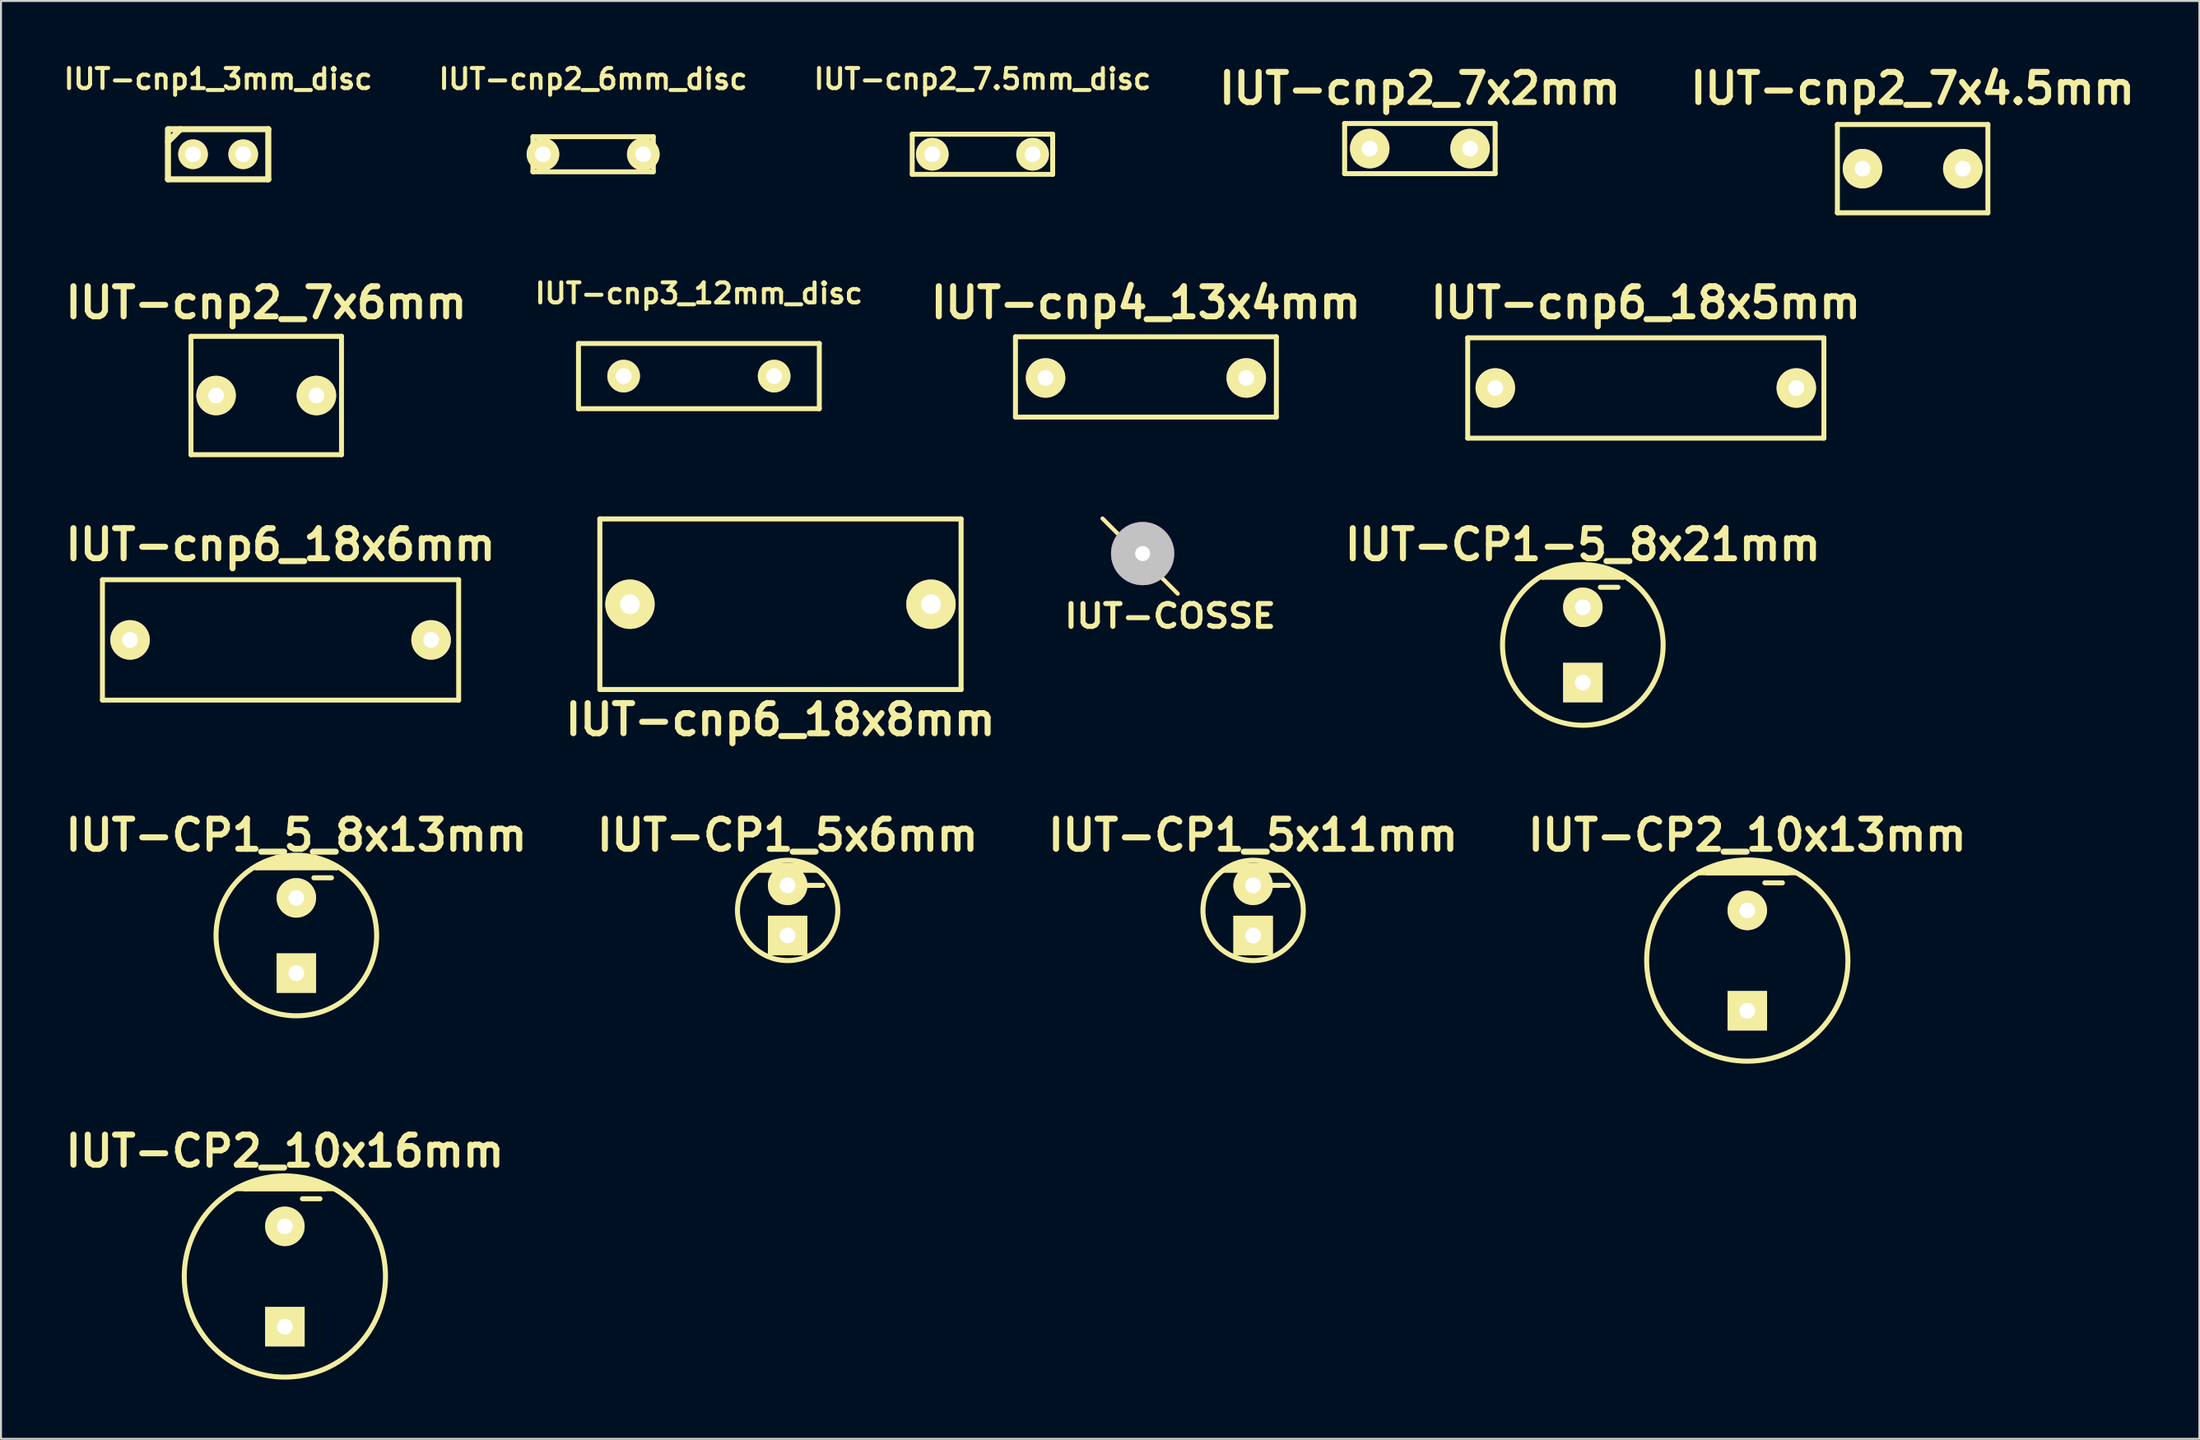
<source format=kicad_pcb>
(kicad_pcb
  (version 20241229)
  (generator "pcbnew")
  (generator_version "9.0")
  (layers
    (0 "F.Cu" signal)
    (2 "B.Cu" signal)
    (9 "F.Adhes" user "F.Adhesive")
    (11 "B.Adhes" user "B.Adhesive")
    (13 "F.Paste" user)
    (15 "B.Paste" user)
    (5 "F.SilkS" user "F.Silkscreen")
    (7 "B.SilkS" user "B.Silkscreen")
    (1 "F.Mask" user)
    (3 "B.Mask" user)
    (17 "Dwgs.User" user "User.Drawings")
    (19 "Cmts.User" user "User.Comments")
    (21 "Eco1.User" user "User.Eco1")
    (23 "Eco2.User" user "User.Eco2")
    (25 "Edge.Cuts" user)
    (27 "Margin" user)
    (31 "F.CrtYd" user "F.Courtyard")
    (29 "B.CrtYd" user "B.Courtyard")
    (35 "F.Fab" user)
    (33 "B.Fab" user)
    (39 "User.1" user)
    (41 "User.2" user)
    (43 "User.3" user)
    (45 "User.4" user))
  (footprint "IUT-cnp2_7.5mm_disc"
    (layer "F.Cu")
    (at 46.688 4.761)
    (property "Reference" "IUT-cnp2_7.5mm_disc" (at 0 -3.81 0) (layer "F.SilkS") (effects (font (size 1.016 1.016) (thickness 0.203))))
    (attr through_hole)
    (fp_line (start -3.556 -1.016) (end -3.556 1.016) (stroke (width 0.249) (type solid)) (layer "F.SilkS"))
    (fp_line (start -3.556 1.016) (end 3.556 1.016) (stroke (width 0.249) (type solid)) (layer "F.SilkS"))
    (fp_line (start 3.556 -1.016) (end -3.556 -1.016) (stroke (width 0.249) (type solid)) (layer "F.SilkS"))
    (fp_line (start 3.556 1.016) (end 3.556 -1.016) (stroke (width 0.249) (type solid)) (layer "F.SilkS"))
    (pad "1" thru_hole circle (at -2.54 0) (size 1.651 1.651) (drill 0.8) (layers "*.Mask" "B.Cu" "F.SilkS"))
    (pad "2" thru_hole circle (at 2.54 0) (size 1.651 1.651) (drill 0.8) (layers "*.Mask" "B.Cu" "F.SilkS")))
  (footprint "IUT-cnp2_7x4.5mm"
    (layer "F.Cu")
    (at 93.781 5.49)
    (property "Reference" "IUT-cnp2_7x4.5mm" (at 0 -4.064 0) (layer "F.SilkS") (effects (font (size 1.524 1.524) (thickness 0.305))))
    (attr through_hole)
    (fp_line (start -3.81 -2.235) (end 3.81 -2.235) (stroke (width 0.254) (type solid)) (layer "F.SilkS"))
    (fp_line (start -3.81 2.235) (end -3.81 -2.235) (stroke (width 0.249) (type solid)) (layer "F.SilkS"))
    (fp_line (start 3.81 2.235) (end -3.81 2.235) (stroke (width 0.254) (type solid)) (layer "F.SilkS"))
    (fp_line (start 3.81 2.235) (end 3.81 -2.235) (stroke (width 0.249) (type solid)) (layer "F.SilkS"))
    (pad "1" thru_hole circle (at -2.54 0) (size 1.999 1.999) (drill 0.8) (layers "*.Mask" "B.Cu" "F.SilkS"))
    (pad "2" thru_hole circle (at 2.54 0) (size 1.999 1.999) (drill 0.8) (layers "*.Mask" "B.Cu" "F.SilkS")))
  (footprint "IUT-cnp2_7x2mm"
    (layer "F.Cu")
    (at 68.835 4.474)
    (property "Reference" "IUT-cnp2_7x2mm" (at 0 -3.048 0) (layer "F.SilkS") (effects (font (size 1.524 1.524) (thickness 0.305))))
    (attr through_hole)
    (fp_line (start -3.81 -1.27) (end 3.81 -1.27) (stroke (width 0.254) (type solid)) (layer "F.SilkS"))
    (fp_line (start -3.81 1.27) (end -3.81 -1.27) (stroke (width 0.254) (type solid)) (layer "F.SilkS"))
    (fp_line (start 3.81 -1.27) (end 3.81 1.27) (stroke (width 0.254) (type solid)) (layer "F.SilkS"))
    (fp_line (start 3.81 1.27) (end -3.81 1.27) (stroke (width 0.254) (type solid)) (layer "F.SilkS"))
    (pad "1" thru_hole circle (at -2.54 0) (size 1.999 1.999) (drill 0.8) (layers "*.Mask" "B.Cu" "F.SilkS"))
    (pad "2" thru_hole circle (at 2.54 0) (size 1.999 1.999) (drill 0.8) (layers "*.Mask" "B.Cu" "F.SilkS")))
  (footprint "IUT-CP1_5_8x13mm"
    (layer "F.Cu")
    (at 11.953 44.322)
    (property "Reference" "IUT-CP1_5_8x13mm" (at 0 -5.08 0) (layer "F.SilkS") (effects (font (size 1.524 1.524) (thickness 0.305))))
    (attr through_hole)
    (fp_line (start -2.032 -3.429) (end -1.651 -3.556) (stroke (width 0.254) (type solid)) (layer "F.SilkS"))
    (fp_line (start -1.651 -3.556) (end 1.651 -3.556) (stroke (width 0.254) (type solid)) (layer "F.SilkS"))
    (fp_line (start -1.524 -3.683) (end 1.524 -3.683) (stroke (width 0.254) (type solid)) (layer "F.SilkS"))
    (fp_line (start -1.016 -3.81) (end 1.016 -3.81) (stroke (width 0.254) (type solid)) (layer "F.SilkS"))
    (fp_line (start 0.889 -2.921) (end 1.778 -2.921) (stroke (width 0.254) (type solid)) (layer "F.SilkS"))
    (fp_line (start 1.016 -3.937) (end -1.016 -3.937) (stroke (width 0.254) (type solid)) (layer "F.SilkS"))
    (fp_line (start 1.651 -3.556) (end 2.032 -3.429) (stroke (width 0.254) (type solid)) (layer "F.SilkS"))
    (fp_line (start 2.032 -3.429) (end -2.032 -3.429) (stroke (width 0.254) (type solid)) (layer "F.SilkS"))
    (fp_circle (center 0 0) (end -4.064 0.127) (stroke (width 0.254) (type solid)) (fill no) (layer "F.SilkS"))
    (pad "1" thru_hole rect (at 0 1.905) (size 1.999 1.999) (drill 0.8) (layers "*.Mask" "B.Cu" "F.SilkS"))
    (pad "2" thru_hole circle (at 0 -1.905) (size 1.999 1.999) (drill 0.8) (layers "*.Mask" "B.Cu" "F.SilkS")))
  (footprint "IUT-cnp6_18x8mm"
    (layer "F.Cu")
    (at 36.463 27.547)
    (property "Reference" "IUT-cnp6_18x8mm" (at 0 5.842 0) (layer "F.SilkS") (effects (font (size 1.524 1.524) (thickness 0.305))))
    (attr through_hole)
    (fp_line (start -9.144 -4.318) (end 9.144 -4.318) (stroke (width 0.254) (type solid)) (layer "F.SilkS"))
    (fp_line (start -9.144 4.318) (end -9.144 -4.318) (stroke (width 0.254) (type solid)) (layer "F.SilkS"))
    (fp_line (start 9.144 -4.318) (end 9.144 4.318) (stroke (width 0.254) (type solid)) (layer "F.SilkS"))
    (fp_line (start 9.144 4.318) (end -9.144 4.318) (stroke (width 0.254) (type solid)) (layer "F.SilkS"))
    (pad "1" thru_hole circle (at 7.62 0) (size 2.499 2.499) (drill 1.001) (layers "*.Mask" "B.Cu" "F.SilkS"))
    (pad "2" thru_hole circle (at -7.62 0) (size 2.499 2.499) (drill 1.001) (layers "*.Mask" "B.Cu" "F.SilkS")))
  (footprint "IUT-cnp6_18x6mm"
    (layer "F.Cu")
    (at 11.154 29.355)
    (property "Reference" "IUT-cnp6_18x6mm" (at 0 -4.826 0) (layer "F.SilkS") (effects (font (size 1.524 1.524) (thickness 0.305))))
    (attr through_hole)
    (fp_line (start -9.017 -3.048) (end -9.017 3.048) (stroke (width 0.249) (type solid)) (layer "F.SilkS"))
    (fp_line (start -9.017 3.048) (end 9.017 3.048) (stroke (width 0.249) (type solid)) (layer "F.SilkS"))
    (fp_line (start 9.017 -3.048) (end -9.017 -3.048) (stroke (width 0.249) (type solid)) (layer "F.SilkS"))
    (fp_line (start 9.017 -3.048) (end 9.017 3.048) (stroke (width 0.249) (type solid)) (layer "F.SilkS"))
    (pad "1" thru_hole circle (at -7.62 0) (size 1.999 1.999) (drill 0.8) (layers "*.Mask" "B.Cu" "F.SilkS"))
    (pad "2" thru_hole circle (at 7.62 0) (size 1.999 1.999) (drill 0.8) (layers "*.Mask" "B.Cu" "F.SilkS")))
  (footprint "IUT-cnp1_3mm_disc"
    (layer "F.Cu")
    (at 7.993 4.761)
    (property "Reference" "IUT-cnp1_3mm_disc" (at 0 -3.81 0) (layer "F.SilkS") (effects (font (size 1.016 1.016) (thickness 0.203))))
    (attr through_hole)
    (fp_line (start -2.54 -0.635) (end -1.905 -1.27) (stroke (width 0.305) (type solid)) (layer "F.SilkS"))
    (fp_line (start -2.54 1.27) (end -2.54 -1.27) (stroke (width 0.305) (type solid)) (layer "F.SilkS"))
    (fp_line (start -2.489 -1.27) (end 2.54 -1.27) (stroke (width 0.305) (type solid)) (layer "F.SilkS"))
    (fp_line (start 2.54 -1.27) (end 2.54 1.27) (stroke (width 0.305) (type solid)) (layer "F.SilkS"))
    (fp_line (start 2.54 1.27) (end -2.54 1.27) (stroke (width 0.305) (type solid)) (layer "F.SilkS"))
    (pad "1" thru_hole circle (at -1.27 0) (size 1.501 1.501) (drill 0.8) (layers "*.Mask" "B.Cu" "F.SilkS"))
    (pad "2" thru_hole circle (at 1.27 0) (size 1.501 1.501) (drill 0.8) (layers "*.Mask" "B.Cu" "F.SilkS")))
  (footprint "IUT-CP1_5x11mm"
    (layer "F.Cu")
    (at 60.392 43.052)
    (property "Reference" "IUT-CP1_5x11mm" (at 0 -3.81 0) (layer "F.SilkS") (effects (font (size 1.524 1.524) (thickness 0.305))))
    (attr through_hole)
    (fp_line (start -1.524 -2.032) (end 1.524 -2.032) (stroke (width 0.254) (type solid)) (layer "F.SilkS"))
    (fp_line (start -1.016 -2.286) (end -1.016 -2.159) (stroke (width 0.254) (type solid)) (layer "F.SilkS"))
    (fp_line (start -1.016 -2.159) (end 1.016 -2.159) (stroke (width 0.254) (type solid)) (layer "F.SilkS"))
    (fp_line (start 0.889 -1.27) (end 1.778 -1.27) (stroke (width 0.254) (type solid)) (layer "F.SilkS"))
    (fp_line (start 1.016 -2.286) (end -1.016 -2.286) (stroke (width 0.254) (type solid)) (layer "F.SilkS"))
    (fp_circle (center 0 0) (end -2.54 0) (stroke (width 0.254) (type solid)) (fill no) (layer "F.SilkS"))
    (pad "1" thru_hole rect (at 0 1.27) (size 1.999 1.999) (drill 0.8) (layers "*.Mask" "B.Cu" "F.SilkS"))
    (pad "2" thru_hole circle (at 0 -1.27) (size 1.999 1.999) (drill 0.8) (layers "*.Mask" "B.Cu" "F.SilkS")))
  (footprint "IUT-cnp3_12mm_disc"
    (layer "F.Cu")
    (at 32.333 15.995)
    (property "Reference" "IUT-cnp3_12mm_disc" (at 0 -4.191 0) (layer "F.SilkS") (effects (font (size 1.016 1.016) (thickness 0.203))))
    (attr through_hole)
    (fp_line (start -6.096 -1.651) (end -6.096 1.651) (stroke (width 0.249) (type solid)) (layer "F.SilkS"))
    (fp_line (start -6.096 1.651) (end 6.096 1.651) (stroke (width 0.249) (type solid)) (layer "F.SilkS"))
    (fp_line (start 6.096 -1.651) (end -6.096 -1.651) (stroke (width 0.249) (type solid)) (layer "F.SilkS"))
    (fp_line (start 6.096 1.651) (end 6.096 -1.651) (stroke (width 0.249) (type solid)) (layer "F.SilkS"))
    (pad "1" thru_hole circle (at -3.81 0) (size 1.651 1.651) (drill 0.8) (layers "*.Mask" "B.Cu" "F.SilkS"))
    (pad "2" thru_hole circle (at 3.81 0) (size 1.651 1.651) (drill 0.8) (layers "*.Mask" "B.Cu" "F.SilkS")))
  (footprint "IUT-CP1-5_8x21mm"
    (layer "F.Cu")
    (at 77.084 29.609)
    (property "Reference" "IUT-CP1-5_8x21mm" (at 0 -5.08 0) (layer "F.SilkS") (effects (font (size 1.524 1.524) (thickness 0.305))))
    (attr through_hole)
    (fp_line (start -2.032 -3.429) (end -1.651 -3.556) (stroke (width 0.254) (type solid)) (layer "F.SilkS"))
    (fp_line (start -1.651 -3.556) (end 1.651 -3.556) (stroke (width 0.254) (type solid)) (layer "F.SilkS"))
    (fp_line (start -1.524 -3.683) (end 1.524 -3.683) (stroke (width 0.254) (type solid)) (layer "F.SilkS"))
    (fp_line (start -1.016 -3.81) (end 1.016 -3.81) (stroke (width 0.254) (type solid)) (layer "F.SilkS"))
    (fp_line (start 0.889 -2.921) (end 1.778 -2.921) (stroke (width 0.254) (type solid)) (layer "F.SilkS"))
    (fp_line (start 1.016 -3.937) (end -1.016 -3.937) (stroke (width 0.254) (type solid)) (layer "F.SilkS"))
    (fp_line (start 1.651 -3.556) (end 2.032 -3.429) (stroke (width 0.254) (type solid)) (layer "F.SilkS"))
    (fp_line (start 2.032 -3.429) (end -2.032 -3.429) (stroke (width 0.254) (type solid)) (layer "F.SilkS"))
    (fp_circle (center 0 0) (end -4.064 0.127) (stroke (width 0.254) (type solid)) (fill no) (layer "F.SilkS"))
    (pad "1" thru_hole rect (at 0 1.905) (size 1.999 1.999) (drill 0.8) (layers "*.Mask" "B.Cu" "F.SilkS"))
    (pad "2" thru_hole circle (at 0 -1.905) (size 1.999 1.999) (drill 0.8) (layers "*.Mask" "B.Cu" "F.SilkS")))
  (footprint "IUT-CP1_5x6mm"
    (layer "F.Cu")
    (at 36.826 43.052)
    (property "Reference" "IUT-CP1_5x6mm" (at 0 -3.81 0) (layer "F.SilkS") (effects (font (size 1.524 1.524) (thickness 0.305))))
    (attr through_hole)
    (fp_line (start -1.524 -2.032) (end 1.524 -2.032) (stroke (width 0.254) (type solid)) (layer "F.SilkS"))
    (fp_line (start -1.016 -2.286) (end -1.016 -2.159) (stroke (width 0.254) (type solid)) (layer "F.SilkS"))
    (fp_line (start -1.016 -2.159) (end 1.016 -2.159) (stroke (width 0.254) (type solid)) (layer "F.SilkS"))
    (fp_line (start 0.889 -1.27) (end 1.778 -1.27) (stroke (width 0.254) (type solid)) (layer "F.SilkS"))
    (fp_line (start 1.016 -2.286) (end -1.016 -2.286) (stroke (width 0.254) (type solid)) (layer "F.SilkS"))
    (fp_circle (center 0 0) (end -2.54 0) (stroke (width 0.254) (type solid)) (fill no) (layer "F.SilkS"))
    (pad "1" thru_hole rect (at 0 1.27) (size 1.999 1.999) (drill 0.8) (layers "*.Mask" "B.Cu" "F.SilkS"))
    (pad "2" thru_hole circle (at 0 -1.27) (size 1.999 1.999) (drill 0.8) (layers "*.Mask" "B.Cu" "F.SilkS")))
  (footprint "IUT-cnp2_7x6mm"
    (layer "F.Cu")
    (at 10.429 16.978)
    (property "Reference" "IUT-cnp2_7x6mm" (at 0 -4.699 0) (layer "F.SilkS") (effects (font (size 1.524 1.524) (thickness 0.305))))
    (attr through_hole)
    (fp_line (start -3.81 -2.997) (end 3.81 -2.997) (stroke (width 0.254) (type solid)) (layer "F.SilkS"))
    (fp_line (start -3.81 2.997) (end -3.81 -2.997) (stroke (width 0.249) (type solid)) (layer "F.SilkS"))
    (fp_line (start 3.81 -2.997) (end 3.81 2.997) (stroke (width 0.249) (type solid)) (layer "F.SilkS"))
    (fp_line (start 3.81 2.997) (end -3.81 2.997) (stroke (width 0.254) (type solid)) (layer "F.SilkS"))
    (pad "1" thru_hole circle (at -2.54 0) (size 1.999 1.999) (drill 0.8) (layers "*.Mask" "B.Cu" "F.SilkS"))
    (pad "2" thru_hole circle (at 2.54 0) (size 1.999 1.999) (drill 0.8) (layers "*.Mask" "B.Cu" "F.SilkS")))
  (footprint "IUT-COSSE"
    (layer "F.Cu")
    (at 54.798 24.982)
    (property "Reference" "IUT-COSSE" (at 1.395 3.165 0) (layer "F.SilkS") (effects (font (size 1.156 1.27) (thickness 0.254))))
    (attr through_hole)
    (fp_line (start 1.778 2.032) (end -2.032 -1.778) (stroke (width 0.203) (type solid)) (layer "F.SilkS"))
    (fp_line (start 1.778 2.032) (end -2.032 -1.778) (stroke (width 0.203) (type solid)) (layer "F.Adhes"))
    (pad "1" thru_hole circle (at 0 0) (size 3.2 3.2) (drill 0.762) (layers "*.Cu" "*.Adhes" "*.Mask" "Dwgs.User" "Eco1.User" "Eco2.User")))
  (footprint "IUT-cnp4_13x4mm"
    (layer "F.Cu")
    (at 54.964 16.089)
    (property "Reference" "IUT-cnp4_13x4mm" (at 0 -3.81 0) (layer "F.SilkS") (effects (font (size 1.524 1.524) (thickness 0.305))))
    (attr through_hole)
    (fp_line (start -6.604 -2.083) (end -6.604 1.981) (stroke (width 0.249) (type solid)) (layer "F.SilkS"))
    (fp_line (start -6.604 -2.083) (end 6.604 -2.083) (stroke (width 0.249) (type solid)) (layer "F.SilkS"))
    (fp_line (start 6.604 1.981) (end -6.604 1.981) (stroke (width 0.249) (type solid)) (layer "F.SilkS"))
    (fp_line (start 6.604 1.981) (end 6.604 -2.083) (stroke (width 0.249) (type solid)) (layer "F.SilkS"))
    (pad "1" thru_hole circle (at -5.08 0) (size 1.999 1.999) (drill 0.8) (layers "*.Mask" "B.Cu" "F.SilkS"))
    (pad "2" thru_hole circle (at 5.08 0) (size 1.999 1.999) (drill 0.8) (layers "*.Mask" "B.Cu" "F.SilkS")))
  (footprint "IUT-cnp2_6mm_disc"
    (layer "F.Cu")
    (at 26.978 4.761)
    (property "Reference" "IUT-cnp2_6mm_disc" (at 0 -3.81 0) (layer "F.SilkS") (effects (font (size 1.016 1.016) (thickness 0.203))))
    (attr through_hole)
    (fp_line (start -3.048 -0.889) (end -3.048 0.889) (stroke (width 0.249) (type solid)) (layer "F.SilkS"))
    (fp_line (start -3.048 0.889) (end 3.048 0.889) (stroke (width 0.249) (type solid)) (layer "F.SilkS"))
    (fp_line (start 3.048 -0.889) (end -3.048 -0.889) (stroke (width 0.249) (type solid)) (layer "F.SilkS"))
    (fp_line (start 3.048 0.889) (end 3.048 -0.889) (stroke (width 0.249) (type solid)) (layer "F.SilkS"))
    (pad "1" thru_hole circle (at -2.54 0) (size 1.651 1.651) (drill 0.8) (layers "*.Mask" "B.Cu" "F.SilkS"))
    (pad "2" thru_hole circle (at 2.54 0) (size 1.651 1.651) (drill 0.8) (layers "*.Mask" "B.Cu" "F.SilkS")))
  (footprint "IUT-cnp6_18x5mm"
    (layer "F.Cu")
    (at 80.272 16.597)
    (property "Reference" "IUT-cnp6_18x5mm" (at 0 -4.318 0) (layer "F.SilkS") (effects (font (size 1.524 1.524) (thickness 0.305))))
    (attr through_hole)
    (fp_line (start -9.017 -2.54) (end -9.017 2.54) (stroke (width 0.249) (type solid)) (layer "F.SilkS"))
    (fp_line (start -9.017 2.54) (end 9.017 2.54) (stroke (width 0.249) (type solid)) (layer "F.SilkS"))
    (fp_line (start 9.017 -2.54) (end -9.017 -2.54) (stroke (width 0.249) (type solid)) (layer "F.SilkS"))
    (fp_line (start 9.017 2.54) (end 9.017 -2.54) (stroke (width 0.249) (type solid)) (layer "F.SilkS"))
    (pad "1" thru_hole circle (at -7.62 0) (size 1.999 1.999) (drill 0.8) (layers "*.Mask" "B.Cu" "F.SilkS"))
    (pad "2" thru_hole circle (at 7.62 0) (size 1.999 1.999) (drill 0.8) (layers "*.Mask" "B.Cu" "F.SilkS")))
  (footprint "IUT-CP2_10x13mm"
    (layer "F.Cu")
    (at 85.41 45.592)
    (property "Reference" "IUT-CP2_10x13mm" (at 0 -6.35 0) (layer "F.SilkS") (effects (font (size 1.524 1.524) (thickness 0.305))))
    (attr through_hole)
    (fp_line (start -2.413 -4.445) (end 2.413 -4.445) (stroke (width 0.254) (type solid)) (layer "F.SilkS"))
    (fp_line (start -2.032 -4.445) (end -1.651 -4.572) (stroke (width 0.254) (type solid)) (layer "F.SilkS"))
    (fp_line (start -1.651 -4.572) (end 1.651 -4.572) (stroke (width 0.254) (type solid)) (layer "F.SilkS"))
    (fp_line (start -1.524 -4.699) (end 1.524 -4.699) (stroke (width 0.254) (type solid)) (layer "F.SilkS"))
    (fp_line (start -1.016 -4.826) (end 1.016 -4.826) (stroke (width 0.254) (type solid)) (layer "F.SilkS"))
    (fp_line (start 0.889 -3.937) (end 1.778 -3.937) (stroke (width 0.254) (type solid)) (layer "F.SilkS"))
    (fp_line (start 1.016 -4.953) (end -1.016 -4.953) (stroke (width 0.254) (type solid)) (layer "F.SilkS"))
    (fp_line (start 1.143 -4.826) (end -1.143 -4.826) (stroke (width 0.254) (type solid)) (layer "F.SilkS"))
    (fp_line (start 1.651 -4.572) (end 2.032 -4.445) (stroke (width 0.254) (type solid)) (layer "F.SilkS"))
    (fp_line (start 2.032 -4.445) (end -2.032 -4.445) (stroke (width 0.254) (type solid)) (layer "F.SilkS"))
    (fp_circle (center 0 0) (end 5.08 0.381) (stroke (width 0.254) (type solid)) (fill no) (layer "F.SilkS"))
    (pad "1" thru_hole rect (at 0 2.54) (size 1.999 1.999) (drill 0.8) (layers "*.Mask" "B.Cu" "F.SilkS"))
    (pad "2" thru_hole circle (at 0 -2.54) (size 1.999 1.999) (drill 0.8) (layers "*.Mask" "B.Cu" "F.SilkS")))
  (footprint "IUT-CP2_10x16mm"
    (layer "F.Cu")
    (at 11.372 61.59)
    (property "Reference" "IUT-CP2_10x16mm" (at 0 -6.35 0) (layer "F.SilkS") (effects (font (size 1.524 1.524) (thickness 0.305))))
    (attr through_hole)
    (fp_line (start -2.413 -4.445) (end 2.413 -4.445) (stroke (width 0.254) (type solid)) (layer "F.SilkS"))
    (fp_line (start -2.032 -4.445) (end -1.651 -4.572) (stroke (width 0.254) (type solid)) (layer "F.SilkS"))
    (fp_line (start -1.651 -4.572) (end 1.651 -4.572) (stroke (width 0.254) (type solid)) (layer "F.SilkS"))
    (fp_line (start -1.524 -4.699) (end 1.524 -4.699) (stroke (width 0.254) (type solid)) (layer "F.SilkS"))
    (fp_line (start -1.016 -4.826) (end 1.016 -4.826) (stroke (width 0.254) (type solid)) (layer "F.SilkS"))
    (fp_line (start 0.889 -3.937) (end 1.778 -3.937) (stroke (width 0.254) (type solid)) (layer "F.SilkS"))
    (fp_line (start 1.016 -4.953) (end -1.016 -4.953) (stroke (width 0.254) (type solid)) (layer "F.SilkS"))
    (fp_line (start 1.143 -4.826) (end -1.143 -4.826) (stroke (width 0.254) (type solid)) (layer "F.SilkS"))
    (fp_line (start 1.651 -4.572) (end 2.032 -4.445) (stroke (width 0.254) (type solid)) (layer "F.SilkS"))
    (fp_line (start 2.032 -4.445) (end -2.032 -4.445) (stroke (width 0.254) (type solid)) (layer "F.SilkS"))
    (fp_circle (center 0 0) (end 5.08 0.381) (stroke (width 0.254) (type solid)) (fill no) (layer "F.SilkS"))
    (pad "1" thru_hole rect (at 0 2.54) (size 1.999 1.999) (drill 0.8) (layers "*.Mask" "B.Cu" "F.SilkS"))
    (pad "2" thru_hole circle (at 0 -2.54) (size 1.999 1.999) (drill 0.8) (layers "*.Mask" "B.Cu" "F.SilkS")))
  (gr_rect
    (start -3 -3)
    (end 108.298 69.811)
    (stroke (width 0.1) (type default))
    (fill no)
    (layer "Edge.Cuts")))
</source>
